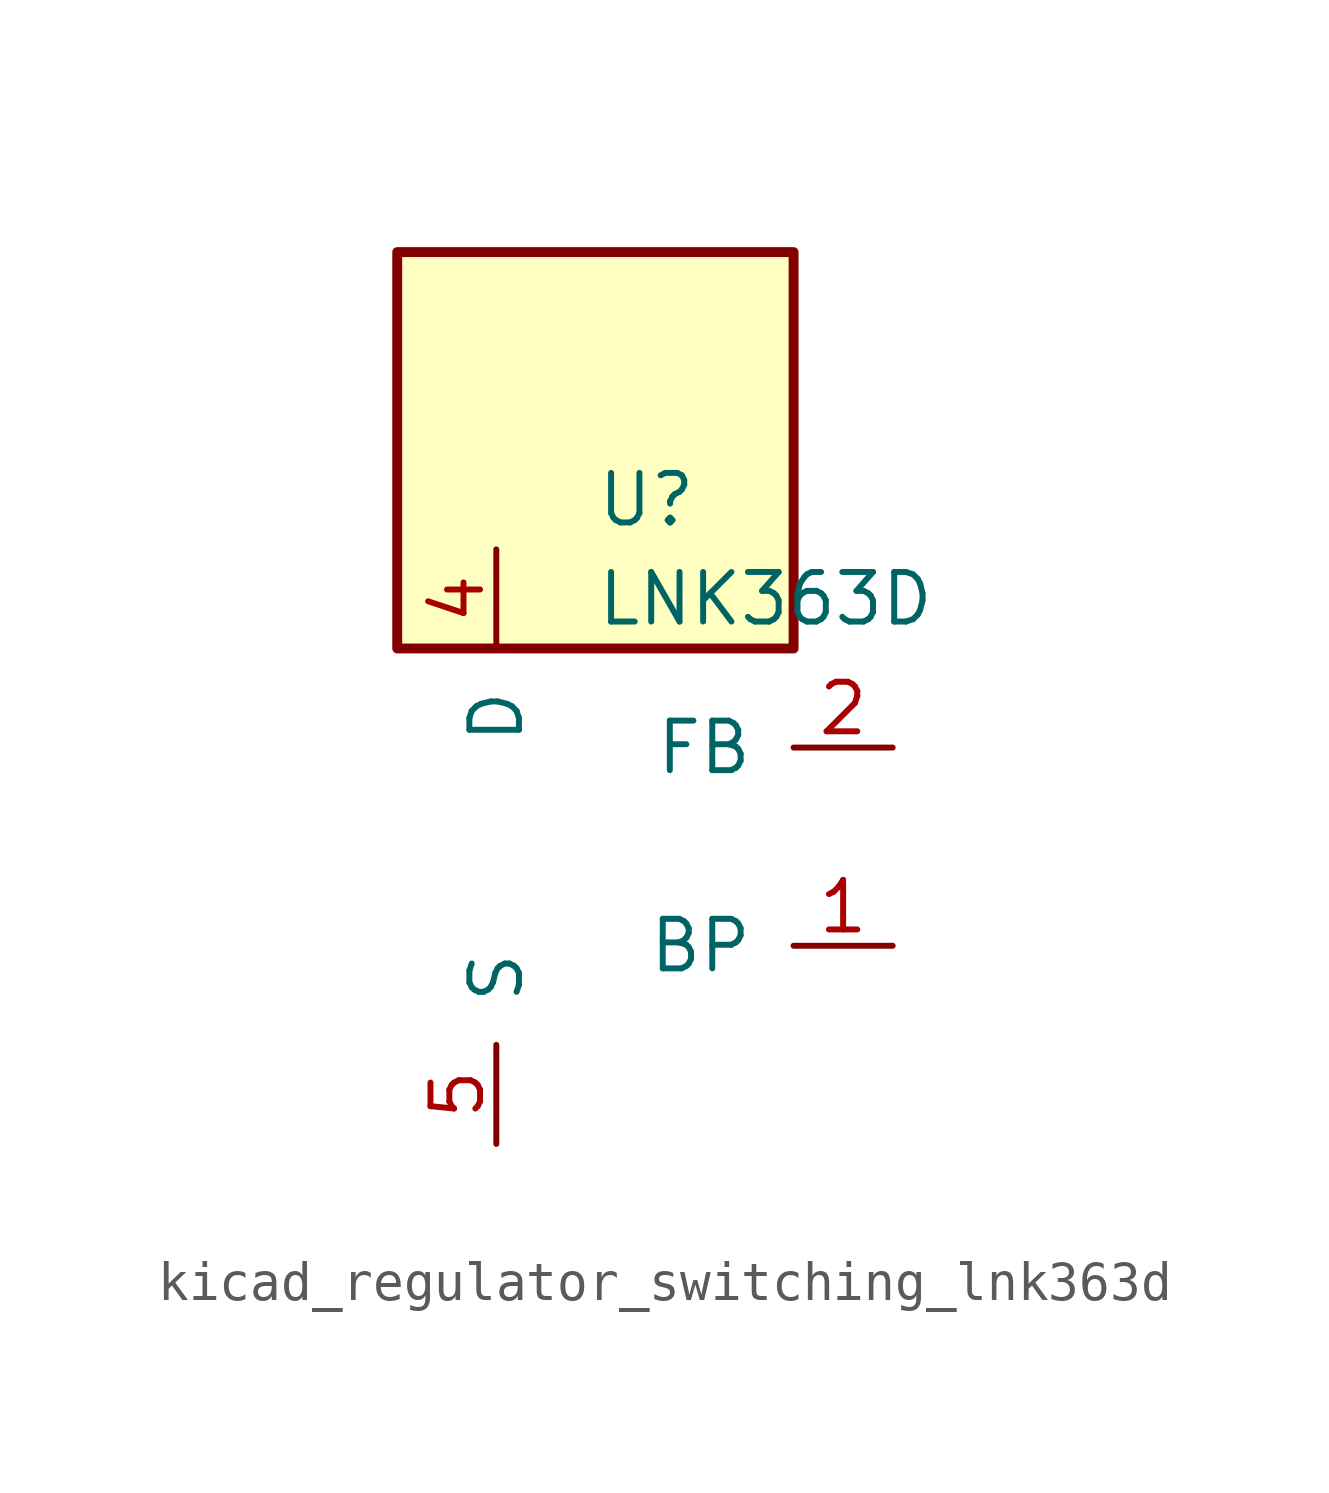
<source format=kicad_sym>
(kicad_symbol_lib
  (version 20220914)
  (generator kicad_symbol_editor)
  (symbol "kicad_regulator_switching_lnk363d"
    (pin_names
      (offset 1.016))
    (property "Reference" "U"
      (at 0 8.89 0)
      (effects (font (size 1.27 1.27)) (justify left)))
    (property "Value" "LNK363D"
      (at 0 6.35 0)
      (effects (font (size 1.27 1.27)) (justify left)))
    (symbol "kicad_regulator_switching_lnk363d_0_1"
      (rectangle (start 5.08 15.24) (end -5.08 5.08) (stroke (width 0.254) (type default)) (fill (type background))))
    (symbol "kicad_regulator_switching_lnk363d_1_1"
      (pin input line (at 7.62 -2.54 180) (length 2.54) (name "BP" (effects (font (size 1.27 1.27)))) (number "1" (effects (font (size 1.27 1.27)))))
      (pin input line (at 7.62 2.54 180) (length 2.54) (name "FB" (effects (font (size 1.27 1.27)))) (number "2" (effects (font (size 1.27 1.27)))))
      (pin open_collector line (at -2.54 7.62 270) (length 2.54) (name "D" (effects (font (size 1.27 1.27)))) (number "4" (effects (font (size 1.27 1.27)))))
      (pin power_in line (at -2.54 -7.62 90) (length 2.54) (name "S" (effects (font (size 1.27 1.27)))) (number "5" (effects (font (size 1.27 1.27)))))
      (pin passive line (at -2.54 -7.62 90) (length 2.54) hide (name "S" (effects (font (size 1.27 1.27)))) (number "6" (effects (font (size 1.27 1.27)))))
      (pin passive line (at -2.54 -7.62 90) (length 2.54) hide (name "S" (effects (font (size 1.27 1.27)))) (number "7" (effects (font (size 1.27 1.27)))))
      (pin passive line (at -2.54 -7.62 90) (length 2.54) hide (name "S" (effects (font (size 1.27 1.27)))) (number "8" (effects (font (size 1.27 1.27))))))))
</source>
